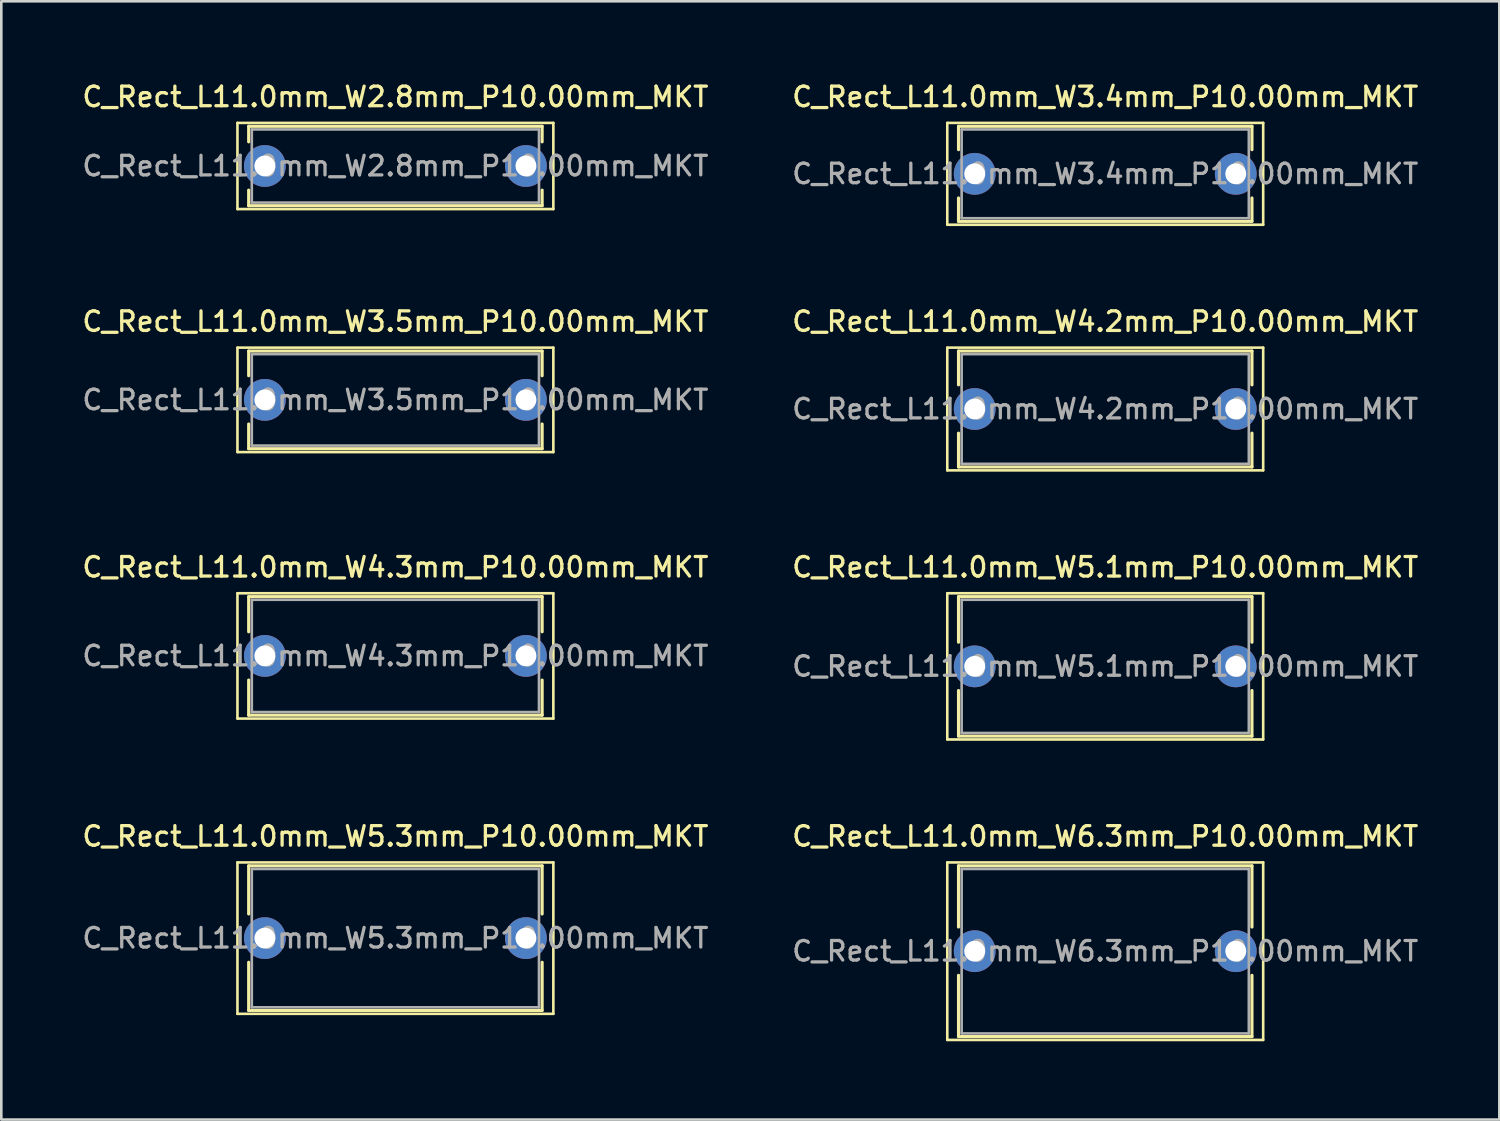
<source format=kicad_pcb>
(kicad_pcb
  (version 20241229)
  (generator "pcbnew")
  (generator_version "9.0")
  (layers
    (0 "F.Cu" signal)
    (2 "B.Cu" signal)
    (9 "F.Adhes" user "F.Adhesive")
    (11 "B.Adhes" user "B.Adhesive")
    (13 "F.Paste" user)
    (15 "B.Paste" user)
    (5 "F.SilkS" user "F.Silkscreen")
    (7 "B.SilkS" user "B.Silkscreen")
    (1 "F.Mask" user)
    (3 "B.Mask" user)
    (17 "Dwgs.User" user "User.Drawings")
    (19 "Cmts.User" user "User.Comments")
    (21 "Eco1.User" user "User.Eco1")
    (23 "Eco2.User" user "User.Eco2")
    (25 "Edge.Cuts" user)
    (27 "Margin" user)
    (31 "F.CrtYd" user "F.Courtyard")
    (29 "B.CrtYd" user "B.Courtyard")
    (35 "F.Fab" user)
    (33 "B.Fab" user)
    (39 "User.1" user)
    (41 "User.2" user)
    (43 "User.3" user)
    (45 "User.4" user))
  (footprint "C_Rect_L11.0mm_W6.3mm_P10.00mm_MKT"
    (layer "F.Cu")
    (at 34.284 33.383)
    (property "Reference" "C_Rect_L11.0mm_W6.3mm_P10.00mm_MKT" (at 5 -4.4 0) (layer "F.SilkS") (effects (font (size 0.75 0.75) (thickness 0.125))))
    (attr through_hole)
    (fp_line (start -1.05 -3.4) (end -1.05 3.4) (stroke (width 0.1) (type solid)) (layer "F.SilkS"))
    (fp_line (start -1.05 3.4) (end 11.05 3.4) (stroke (width 0.1) (type solid)) (layer "F.SilkS"))
    (fp_line (start -0.62 -3.27) (end -0.62 -0.925) (stroke (width 0.12) (type solid)) (layer "F.SilkS"))
    (fp_line (start -0.62 -3.27) (end 10.62 -3.27) (stroke (width 0.12) (type solid)) (layer "F.SilkS"))
    (fp_line (start -0.62 0.925) (end -0.62 3.27) (stroke (width 0.12) (type solid)) (layer "F.SilkS"))
    (fp_line (start -0.62 3.27) (end 10.62 3.27) (stroke (width 0.12) (type solid)) (layer "F.SilkS"))
    (fp_line (start 10.62 -3.27) (end 10.62 -0.925) (stroke (width 0.12) (type solid)) (layer "F.SilkS"))
    (fp_line (start 10.62 0.925) (end 10.62 3.27) (stroke (width 0.12) (type solid)) (layer "F.SilkS"))
    (fp_line (start 11.05 -3.4) (end -1.05 -3.4) (stroke (width 0.1) (type solid)) (layer "F.SilkS"))
    (fp_line (start 11.05 3.4) (end 11.05 -3.4) (stroke (width 0.1) (type solid)) (layer "F.SilkS"))
    (fp_line (start -0.5 -3.15) (end -0.5 3.15) (stroke (width 0.1) (type solid)) (layer "F.Fab"))
    (fp_line (start -0.5 3.15) (end 10.5 3.15) (stroke (width 0.1) (type solid)) (layer "F.Fab"))
    (fp_line (start 10.5 -3.15) (end -0.5 -3.15) (stroke (width 0.1) (type solid)) (layer "F.Fab"))
    (fp_line (start 10.5 3.15) (end 10.5 -3.15) (stroke (width 0.1) (type solid)) (layer "F.Fab"))
    (fp_text user "${REFERENCE}" (at 5 0 0) (layer "F.Fab") (effects (font (size 0.75 0.75) (thickness 0.125))))
    (pad "1" thru_hole circle (at 0 0) (size 1.6 1.6) (drill 0.8) (layers "*.Cu" "*.Mask"))
    (pad "2" thru_hole circle (at 10 0) (size 1.6 1.6) (drill 0.8) (layers "*.Cu" "*.Mask")))
  (footprint "C_Rect_L11.0mm_W4.2mm_P10.00mm_MKT"
    (layer "F.Cu")
    (at 34.284 12.616)
    (property "Reference" "C_Rect_L11.0mm_W4.2mm_P10.00mm_MKT" (at 5 -3.35 0) (layer "F.SilkS") (effects (font (size 0.75 0.75) (thickness 0.125))))
    (attr through_hole)
    (fp_line (start -1.05 -2.35) (end -1.05 2.35) (stroke (width 0.1) (type solid)) (layer "F.SilkS"))
    (fp_line (start -1.05 2.35) (end 11.05 2.35) (stroke (width 0.1) (type solid)) (layer "F.SilkS"))
    (fp_line (start -0.62 -2.22) (end -0.62 -0.925) (stroke (width 0.12) (type solid)) (layer "F.SilkS"))
    (fp_line (start -0.62 -2.22) (end 10.62 -2.22) (stroke (width 0.12) (type solid)) (layer "F.SilkS"))
    (fp_line (start -0.62 0.925) (end -0.62 2.22) (stroke (width 0.12) (type solid)) (layer "F.SilkS"))
    (fp_line (start -0.62 2.22) (end 10.62 2.22) (stroke (width 0.12) (type solid)) (layer "F.SilkS"))
    (fp_line (start 10.62 -2.22) (end 10.62 -0.925) (stroke (width 0.12) (type solid)) (layer "F.SilkS"))
    (fp_line (start 10.62 0.925) (end 10.62 2.22) (stroke (width 0.12) (type solid)) (layer "F.SilkS"))
    (fp_line (start 11.05 -2.35) (end -1.05 -2.35) (stroke (width 0.1) (type solid)) (layer "F.SilkS"))
    (fp_line (start 11.05 2.35) (end 11.05 -2.35) (stroke (width 0.1) (type solid)) (layer "F.SilkS"))
    (fp_line (start -0.5 -2.1) (end -0.5 2.1) (stroke (width 0.1) (type solid)) (layer "F.Fab"))
    (fp_line (start -0.5 2.1) (end 10.5 2.1) (stroke (width 0.1) (type solid)) (layer "F.Fab"))
    (fp_line (start 10.5 -2.1) (end -0.5 -2.1) (stroke (width 0.1) (type solid)) (layer "F.Fab"))
    (fp_line (start 10.5 2.1) (end 10.5 -2.1) (stroke (width 0.1) (type solid)) (layer "F.Fab"))
    (fp_text user "${REFERENCE}" (at 5 0 0) (layer "F.Fab") (effects (font (size 0.75 0.75) (thickness 0.125))))
    (pad "1" thru_hole circle (at 0 0) (size 1.6 1.6) (drill 0.8) (layers "*.Cu" "*.Mask"))
    (pad "2" thru_hole circle (at 10 0) (size 1.6 1.6) (drill 0.8) (layers "*.Cu" "*.Mask")))
  (footprint "C_Rect_L11.0mm_W2.8mm_P10.00mm_MKT"
    (layer "F.Cu")
    (at 7.095 3.308)
    (property "Reference" "C_Rect_L11.0mm_W2.8mm_P10.00mm_MKT" (at 5 -2.65 0) (layer "F.SilkS") (effects (font (size 0.75 0.75) (thickness 0.125))))
    (attr through_hole)
    (fp_line (start -1.05 -1.65) (end -1.05 1.65) (stroke (width 0.1) (type solid)) (layer "F.SilkS"))
    (fp_line (start -1.05 1.65) (end 11.05 1.65) (stroke (width 0.1) (type solid)) (layer "F.SilkS"))
    (fp_line (start -0.62 -1.52) (end -0.62 -0.925) (stroke (width 0.12) (type solid)) (layer "F.SilkS"))
    (fp_line (start -0.62 -1.52) (end 10.62 -1.52) (stroke (width 0.12) (type solid)) (layer "F.SilkS"))
    (fp_line (start -0.62 0.925) (end -0.62 1.52) (stroke (width 0.12) (type solid)) (layer "F.SilkS"))
    (fp_line (start -0.62 1.52) (end 10.62 1.52) (stroke (width 0.12) (type solid)) (layer "F.SilkS"))
    (fp_line (start 10.62 -1.52) (end 10.62 -0.925) (stroke (width 0.12) (type solid)) (layer "F.SilkS"))
    (fp_line (start 10.62 0.925) (end 10.62 1.52) (stroke (width 0.12) (type solid)) (layer "F.SilkS"))
    (fp_line (start 11.05 -1.65) (end -1.05 -1.65) (stroke (width 0.1) (type solid)) (layer "F.SilkS"))
    (fp_line (start 11.05 1.65) (end 11.05 -1.65) (stroke (width 0.1) (type solid)) (layer "F.SilkS"))
    (fp_line (start -0.5 -1.4) (end -0.5 1.4) (stroke (width 0.1) (type solid)) (layer "F.Fab"))
    (fp_line (start -0.5 1.4) (end 10.5 1.4) (stroke (width 0.1) (type solid)) (layer "F.Fab"))
    (fp_line (start 10.5 -1.4) (end -0.5 -1.4) (stroke (width 0.1) (type solid)) (layer "F.Fab"))
    (fp_line (start 10.5 1.4) (end 10.5 -1.4) (stroke (width 0.1) (type solid)) (layer "F.Fab"))
    (fp_text user "${REFERENCE}" (at 5 0 0) (layer "F.Fab") (effects (font (size 0.75 0.75) (thickness 0.125))))
    (pad "1" thru_hole circle (at 0 0) (size 1.6 1.6) (drill 0.8) (layers "*.Cu" "*.Mask"))
    (pad "2" thru_hole circle (at 10 0) (size 1.6 1.6) (drill 0.8) (layers "*.Cu" "*.Mask")))
  (footprint "C_Rect_L11.0mm_W5.3mm_P10.00mm_MKT"
    (layer "F.Cu")
    (at 7.095 32.883)
    (property "Reference" "C_Rect_L11.0mm_W5.3mm_P10.00mm_MKT" (at 5 -3.9 0) (layer "F.SilkS") (effects (font (size 0.75 0.75) (thickness 0.125))))
    (attr through_hole)
    (fp_line (start -1.05 -2.9) (end -1.05 2.9) (stroke (width 0.1) (type solid)) (layer "F.SilkS"))
    (fp_line (start -1.05 2.9) (end 11.05 2.9) (stroke (width 0.1) (type solid)) (layer "F.SilkS"))
    (fp_line (start -0.62 -2.77) (end -0.62 -0.925) (stroke (width 0.12) (type solid)) (layer "F.SilkS"))
    (fp_line (start -0.62 -2.77) (end 10.62 -2.77) (stroke (width 0.12) (type solid)) (layer "F.SilkS"))
    (fp_line (start -0.62 0.925) (end -0.62 2.77) (stroke (width 0.12) (type solid)) (layer "F.SilkS"))
    (fp_line (start -0.62 2.77) (end 10.62 2.77) (stroke (width 0.12) (type solid)) (layer "F.SilkS"))
    (fp_line (start 10.62 -2.77) (end 10.62 -0.925) (stroke (width 0.12) (type solid)) (layer "F.SilkS"))
    (fp_line (start 10.62 0.925) (end 10.62 2.77) (stroke (width 0.12) (type solid)) (layer "F.SilkS"))
    (fp_line (start 11.05 -2.9) (end -1.05 -2.9) (stroke (width 0.1) (type solid)) (layer "F.SilkS"))
    (fp_line (start 11.05 2.9) (end 11.05 -2.9) (stroke (width 0.1) (type solid)) (layer "F.SilkS"))
    (fp_line (start -0.5 -2.65) (end -0.5 2.65) (stroke (width 0.1) (type solid)) (layer "F.Fab"))
    (fp_line (start -0.5 2.65) (end 10.5 2.65) (stroke (width 0.1) (type solid)) (layer "F.Fab"))
    (fp_line (start 10.5 -2.65) (end -0.5 -2.65) (stroke (width 0.1) (type solid)) (layer "F.Fab"))
    (fp_line (start 10.5 2.65) (end 10.5 -2.65) (stroke (width 0.1) (type solid)) (layer "F.Fab"))
    (fp_text user "${REFERENCE}" (at 5 0 0) (layer "F.Fab") (effects (font (size 0.75 0.75) (thickness 0.125))))
    (pad "1" thru_hole circle (at 0 0) (size 1.6 1.6) (drill 0.8) (layers "*.Cu" "*.Mask"))
    (pad "2" thru_hole circle (at 10 0) (size 1.6 1.6) (drill 0.8) (layers "*.Cu" "*.Mask")))
  (footprint "C_Rect_L11.0mm_W5.1mm_P10.00mm_MKT"
    (layer "F.Cu")
    (at 34.284 22.474)
    (property "Reference" "C_Rect_L11.0mm_W5.1mm_P10.00mm_MKT" (at 5 -3.8 0) (layer "F.SilkS") (effects (font (size 0.75 0.75) (thickness 0.125))))
    (attr through_hole)
    (fp_line (start -1.05 -2.8) (end -1.05 2.8) (stroke (width 0.1) (type solid)) (layer "F.SilkS"))
    (fp_line (start -1.05 2.8) (end 11.05 2.8) (stroke (width 0.1) (type solid)) (layer "F.SilkS"))
    (fp_line (start -0.62 -2.67) (end -0.62 -0.925) (stroke (width 0.12) (type solid)) (layer "F.SilkS"))
    (fp_line (start -0.62 -2.67) (end 10.62 -2.67) (stroke (width 0.12) (type solid)) (layer "F.SilkS"))
    (fp_line (start -0.62 0.925) (end -0.62 2.67) (stroke (width 0.12) (type solid)) (layer "F.SilkS"))
    (fp_line (start -0.62 2.67) (end 10.62 2.67) (stroke (width 0.12) (type solid)) (layer "F.SilkS"))
    (fp_line (start 10.62 -2.67) (end 10.62 -0.925) (stroke (width 0.12) (type solid)) (layer "F.SilkS"))
    (fp_line (start 10.62 0.925) (end 10.62 2.67) (stroke (width 0.12) (type solid)) (layer "F.SilkS"))
    (fp_line (start 11.05 -2.8) (end -1.05 -2.8) (stroke (width 0.1) (type solid)) (layer "F.SilkS"))
    (fp_line (start 11.05 2.8) (end 11.05 -2.8) (stroke (width 0.1) (type solid)) (layer "F.SilkS"))
    (fp_line (start -0.5 -2.55) (end -0.5 2.55) (stroke (width 0.1) (type solid)) (layer "F.Fab"))
    (fp_line (start -0.5 2.55) (end 10.5 2.55) (stroke (width 0.1) (type solid)) (layer "F.Fab"))
    (fp_line (start 10.5 -2.55) (end -0.5 -2.55) (stroke (width 0.1) (type solid)) (layer "F.Fab"))
    (fp_line (start 10.5 2.55) (end 10.5 -2.55) (stroke (width 0.1) (type solid)) (layer "F.Fab"))
    (fp_text user "${REFERENCE}" (at 5 0 0) (layer "F.Fab") (effects (font (size 0.75 0.75) (thickness 0.125))))
    (pad "1" thru_hole circle (at 0 0) (size 1.6 1.6) (drill 0.8) (layers "*.Cu" "*.Mask"))
    (pad "2" thru_hole circle (at 10 0) (size 1.6 1.6) (drill 0.8) (layers "*.Cu" "*.Mask")))
  (footprint "C_Rect_L11.0mm_W3.4mm_P10.00mm_MKT"
    (layer "F.Cu")
    (at 34.284 3.608)
    (property "Reference" "C_Rect_L11.0mm_W3.4mm_P10.00mm_MKT" (at 5 -2.95 0) (layer "F.SilkS") (effects (font (size 0.75 0.75) (thickness 0.125))))
    (attr through_hole)
    (fp_line (start -1.05 -1.95) (end -1.05 1.95) (stroke (width 0.1) (type solid)) (layer "F.SilkS"))
    (fp_line (start -1.05 1.95) (end 11.05 1.95) (stroke (width 0.1) (type solid)) (layer "F.SilkS"))
    (fp_line (start -0.62 -1.82) (end -0.62 -0.925) (stroke (width 0.12) (type solid)) (layer "F.SilkS"))
    (fp_line (start -0.62 -1.82) (end 10.62 -1.82) (stroke (width 0.12) (type solid)) (layer "F.SilkS"))
    (fp_line (start -0.62 0.925) (end -0.62 1.82) (stroke (width 0.12) (type solid)) (layer "F.SilkS"))
    (fp_line (start -0.62 1.82) (end 10.62 1.82) (stroke (width 0.12) (type solid)) (layer "F.SilkS"))
    (fp_line (start 10.62 -1.82) (end 10.62 -0.925) (stroke (width 0.12) (type solid)) (layer "F.SilkS"))
    (fp_line (start 10.62 0.925) (end 10.62 1.82) (stroke (width 0.12) (type solid)) (layer "F.SilkS"))
    (fp_line (start 11.05 -1.95) (end -1.05 -1.95) (stroke (width 0.1) (type solid)) (layer "F.SilkS"))
    (fp_line (start 11.05 1.95) (end 11.05 -1.95) (stroke (width 0.1) (type solid)) (layer "F.SilkS"))
    (fp_line (start -0.5 -1.7) (end -0.5 1.7) (stroke (width 0.1) (type solid)) (layer "F.Fab"))
    (fp_line (start -0.5 1.7) (end 10.5 1.7) (stroke (width 0.1) (type solid)) (layer "F.Fab"))
    (fp_line (start 10.5 -1.7) (end -0.5 -1.7) (stroke (width 0.1) (type solid)) (layer "F.Fab"))
    (fp_line (start 10.5 1.7) (end 10.5 -1.7) (stroke (width 0.1) (type solid)) (layer "F.Fab"))
    (fp_text user "${REFERENCE}" (at 5 0 0) (layer "F.Fab") (effects (font (size 0.75 0.75) (thickness 0.125))))
    (pad "1" thru_hole circle (at 0 0) (size 1.6 1.6) (drill 0.8) (layers "*.Cu" "*.Mask"))
    (pad "2" thru_hole circle (at 10 0) (size 1.6 1.6) (drill 0.8) (layers "*.Cu" "*.Mask")))
  (footprint "C_Rect_L11.0mm_W4.3mm_P10.00mm_MKT"
    (layer "F.Cu")
    (at 7.095 22.074)
    (property "Reference" "C_Rect_L11.0mm_W4.3mm_P10.00mm_MKT" (at 5 -3.4 0) (layer "F.SilkS") (effects (font (size 0.75 0.75) (thickness 0.125))))
    (attr through_hole)
    (fp_line (start -1.05 -2.4) (end -1.05 2.4) (stroke (width 0.1) (type solid)) (layer "F.SilkS"))
    (fp_line (start -1.05 2.4) (end 11.05 2.4) (stroke (width 0.1) (type solid)) (layer "F.SilkS"))
    (fp_line (start -0.62 -2.27) (end -0.62 -0.925) (stroke (width 0.12) (type solid)) (layer "F.SilkS"))
    (fp_line (start -0.62 -2.27) (end 10.62 -2.27) (stroke (width 0.12) (type solid)) (layer "F.SilkS"))
    (fp_line (start -0.62 0.925) (end -0.62 2.27) (stroke (width 0.12) (type solid)) (layer "F.SilkS"))
    (fp_line (start -0.62 2.27) (end 10.62 2.27) (stroke (width 0.12) (type solid)) (layer "F.SilkS"))
    (fp_line (start 10.62 -2.27) (end 10.62 -0.925) (stroke (width 0.12) (type solid)) (layer "F.SilkS"))
    (fp_line (start 10.62 0.925) (end 10.62 2.27) (stroke (width 0.12) (type solid)) (layer "F.SilkS"))
    (fp_line (start 11.05 -2.4) (end -1.05 -2.4) (stroke (width 0.1) (type solid)) (layer "F.SilkS"))
    (fp_line (start 11.05 2.4) (end 11.05 -2.4) (stroke (width 0.1) (type solid)) (layer "F.SilkS"))
    (fp_line (start -0.5 -2.15) (end -0.5 2.15) (stroke (width 0.1) (type solid)) (layer "F.Fab"))
    (fp_line (start -0.5 2.15) (end 10.5 2.15) (stroke (width 0.1) (type solid)) (layer "F.Fab"))
    (fp_line (start 10.5 -2.15) (end -0.5 -2.15) (stroke (width 0.1) (type solid)) (layer "F.Fab"))
    (fp_line (start 10.5 2.15) (end 10.5 -2.15) (stroke (width 0.1) (type solid)) (layer "F.Fab"))
    (fp_text user "${REFERENCE}" (at 5 0 0) (layer "F.Fab") (effects (font (size 0.75 0.75) (thickness 0.125))))
    (pad "1" thru_hole circle (at 0 0) (size 1.6 1.6) (drill 0.8) (layers "*.Cu" "*.Mask"))
    (pad "2" thru_hole circle (at 10 0) (size 1.6 1.6) (drill 0.8) (layers "*.Cu" "*.Mask")))
  (footprint "C_Rect_L11.0mm_W3.5mm_P10.00mm_MKT"
    (layer "F.Cu")
    (at 7.095 12.266)
    (property "Reference" "C_Rect_L11.0mm_W3.5mm_P10.00mm_MKT" (at 5 -3 0) (layer "F.SilkS") (effects (font (size 0.75 0.75) (thickness 0.125))))
    (attr through_hole)
    (fp_line (start -1.05 -2) (end -1.05 2) (stroke (width 0.1) (type solid)) (layer "F.SilkS"))
    (fp_line (start -1.05 2) (end 11.05 2) (stroke (width 0.1) (type solid)) (layer "F.SilkS"))
    (fp_line (start -0.62 -1.87) (end -0.62 -0.925) (stroke (width 0.12) (type solid)) (layer "F.SilkS"))
    (fp_line (start -0.62 -1.87) (end 10.62 -1.87) (stroke (width 0.12) (type solid)) (layer "F.SilkS"))
    (fp_line (start -0.62 0.925) (end -0.62 1.87) (stroke (width 0.12) (type solid)) (layer "F.SilkS"))
    (fp_line (start -0.62 1.87) (end 10.62 1.87) (stroke (width 0.12) (type solid)) (layer "F.SilkS"))
    (fp_line (start 10.62 -1.87) (end 10.62 -0.925) (stroke (width 0.12) (type solid)) (layer "F.SilkS"))
    (fp_line (start 10.62 0.925) (end 10.62 1.87) (stroke (width 0.12) (type solid)) (layer "F.SilkS"))
    (fp_line (start 11.05 -2) (end -1.05 -2) (stroke (width 0.1) (type solid)) (layer "F.SilkS"))
    (fp_line (start 11.05 2) (end 11.05 -2) (stroke (width 0.1) (type solid)) (layer "F.SilkS"))
    (fp_line (start -0.5 -1.75) (end -0.5 1.75) (stroke (width 0.1) (type solid)) (layer "F.Fab"))
    (fp_line (start -0.5 1.75) (end 10.5 1.75) (stroke (width 0.1) (type solid)) (layer "F.Fab"))
    (fp_line (start 10.5 -1.75) (end -0.5 -1.75) (stroke (width 0.1) (type solid)) (layer "F.Fab"))
    (fp_line (start 10.5 1.75) (end 10.5 -1.75) (stroke (width 0.1) (type solid)) (layer "F.Fab"))
    (fp_text user "${REFERENCE}" (at 5 0 0) (layer "F.Fab") (effects (font (size 0.75 0.75) (thickness 0.125))))
    (pad "1" thru_hole circle (at 0 0) (size 1.6 1.6) (drill 0.8) (layers "*.Cu" "*.Mask"))
    (pad "2" thru_hole circle (at 10 0) (size 1.6 1.6) (drill 0.8) (layers "*.Cu" "*.Mask")))
  (gr_rect
    (start -3 -3)
    (end 54.379 39.833)
    (stroke (width 0.1) (type default))
    (fill no)
    (layer "Edge.Cuts")))
</source>
